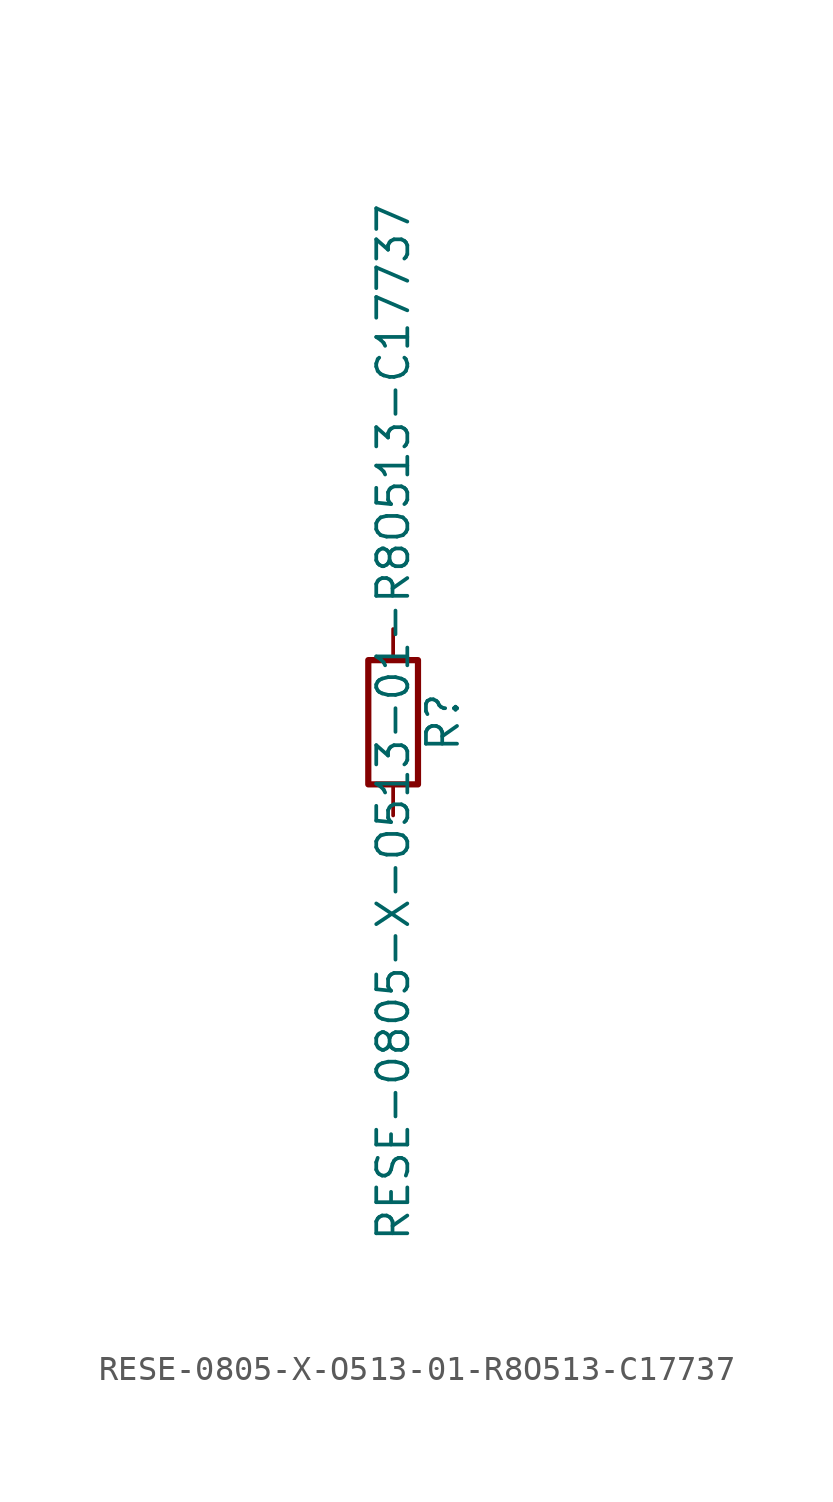
<source format=kicad_sym>
(kicad_symbol_lib
  (version 20211014)
  (generator kicad_symbol_editor)
  (symbol "RESE-0805-X-O513-01-R8O513-C17737"
    (pin_numbers hide)
    (pin_names
      (offset 0))
    (property "Reference" "R"
      (at 2.032 0 90)
      (effects (font (size 1.27 1.27))))
    (property "Value" "RESE-0805-X-O513-01-R8O513-C17737"
      (at 0 0 90)
      (effects (font (size 1.27 1.27))))
    (symbol "RESE-0805-X-O513-01-R8O513-C17737_0_1"
      (rectangle (start -1.016 -2.54) (end 1.016 2.54) (stroke (width 0.254) (type default) (color 0 0 0 0)) (fill (type none))))
    (symbol "RESE-0805-X-O513-01-R8O513-C17737_1_1"
      (pin passive line (at 0 3.81 270) (length 1.27) (name "~" (effects (font (size 1.27 1.27)))) (number "1" (effects (font (size 1.27 1.27)))))
      (pin passive line (at 0 -3.81 90) (length 1.27) (name "~" (effects (font (size 1.27 1.27)))) (number "2" (effects (font (size 1.27 1.27))))))))
</source>
